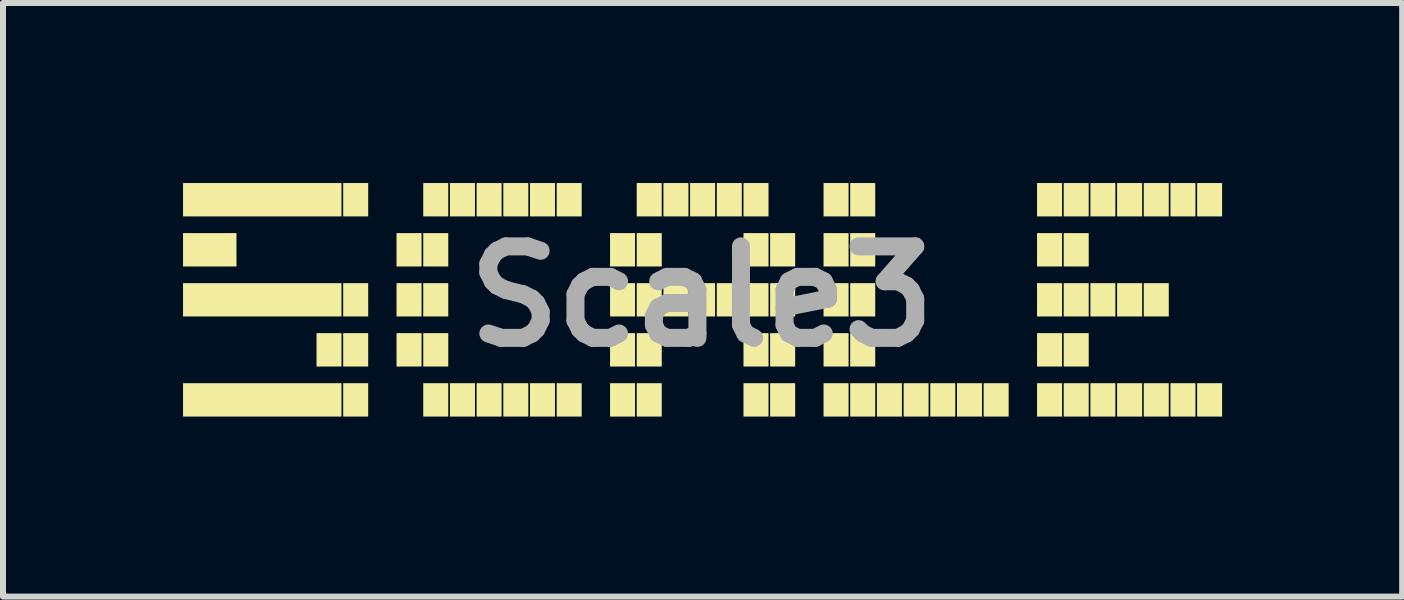
<source format=kicad_pcb>
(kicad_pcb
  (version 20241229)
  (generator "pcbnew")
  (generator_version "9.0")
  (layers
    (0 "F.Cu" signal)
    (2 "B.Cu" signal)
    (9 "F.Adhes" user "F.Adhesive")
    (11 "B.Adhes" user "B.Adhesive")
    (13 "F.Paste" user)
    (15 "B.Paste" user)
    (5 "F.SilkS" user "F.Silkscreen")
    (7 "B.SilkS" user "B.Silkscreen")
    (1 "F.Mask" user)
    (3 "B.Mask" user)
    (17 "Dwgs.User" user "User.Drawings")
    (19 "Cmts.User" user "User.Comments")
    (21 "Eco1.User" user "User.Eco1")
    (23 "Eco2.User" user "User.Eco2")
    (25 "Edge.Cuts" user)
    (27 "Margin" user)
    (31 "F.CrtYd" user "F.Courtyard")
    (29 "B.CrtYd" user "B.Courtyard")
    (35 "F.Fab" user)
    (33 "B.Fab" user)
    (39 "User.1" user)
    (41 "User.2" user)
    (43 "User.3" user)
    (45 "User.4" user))
  (footprint "Scale3"
    (layer "F.Cu")
    (at 8.643 1.89)
    (property "Reference" "Scale3" (at 0 0 0) (layer "F.Fab") (effects (font (size 1.524 1.524) (thickness 0.3))))
    (attr board_only exclude_from_pos_files exclude_from_bom)
    (fp_poly (pts (xy -7.753 -0.5) (xy -8.643 -0.5) (xy -8.643 -1.056) (xy -7.753 -1.056)) (stroke (width 0) (type solid)) (fill yes) (layer "F.SilkS"))
    (fp_poly (pts (xy -6.003 -1.334) (xy -8.643 -1.334) (xy -8.643 -1.89) (xy -6.003 -1.89)) (stroke (width 0) (type solid)) (fill yes) (layer "F.SilkS"))
    (fp_poly (pts (xy -6.003 0.333) (xy -8.643 0.333) (xy -8.643 -0.222) (xy -6.003 -0.222)) (stroke (width 0) (type solid)) (fill yes) (layer "F.SilkS"))
    (fp_poly (pts (xy -6.003 1.167) (xy -6.419 1.167) (xy -6.419 0.611) (xy -6.003 0.611)) (stroke (width 0) (type solid)) (fill yes) (layer "F.SilkS"))
    (fp_poly (pts (xy -6.003 2.001) (xy -8.643 2.001) (xy -8.643 1.445) (xy -6.003 1.445)) (stroke (width 0) (type solid)) (fill yes) (layer "F.SilkS"))
    (fp_poly (pts (xy -5.558 -1.334) (xy -5.975 -1.334) (xy -5.975 -1.89) (xy -5.558 -1.89)) (stroke (width 0) (type solid)) (fill yes) (layer "F.SilkS"))
    (fp_poly (pts (xy -5.558 0.333) (xy -5.975 0.333) (xy -5.975 -0.222) (xy -5.558 -0.222)) (stroke (width 0) (type solid)) (fill yes) (layer "F.SilkS"))
    (fp_poly (pts (xy -5.558 1.167) (xy -5.975 1.167) (xy -5.975 0.611) (xy -5.558 0.611)) (stroke (width 0) (type solid)) (fill yes) (layer "F.SilkS"))
    (fp_poly (pts (xy -5.558 2.001) (xy -5.975 2.001) (xy -5.975 1.445) (xy -5.558 1.445)) (stroke (width 0) (type solid)) (fill yes) (layer "F.SilkS"))
    (fp_poly (pts (xy -4.669 -0.5) (xy -5.086 -0.5) (xy -5.086 -1.056) (xy -4.669 -1.056)) (stroke (width 0) (type solid)) (fill yes) (layer "F.SilkS"))
    (fp_poly (pts (xy -4.669 0.333) (xy -5.086 0.333) (xy -5.086 -0.222) (xy -4.669 -0.222)) (stroke (width 0) (type solid)) (fill yes) (layer "F.SilkS"))
    (fp_poly (pts (xy -4.669 1.167) (xy -5.086 1.167) (xy -5.086 0.611) (xy -4.669 0.611)) (stroke (width 0) (type solid)) (fill yes) (layer "F.SilkS"))
    (fp_poly (pts (xy -4.224 -1.334) (xy -4.641 -1.334) (xy -4.641 -1.89) (xy -4.224 -1.89)) (stroke (width 0) (type solid)) (fill yes) (layer "F.SilkS"))
    (fp_poly (pts (xy -4.224 -0.5) (xy -4.641 -0.5) (xy -4.641 -1.056) (xy -4.224 -1.056)) (stroke (width 0) (type solid)) (fill yes) (layer "F.SilkS"))
    (fp_poly (pts (xy -4.224 0.333) (xy -4.641 0.333) (xy -4.641 -0.222) (xy -4.224 -0.222)) (stroke (width 0) (type solid)) (fill yes) (layer "F.SilkS"))
    (fp_poly (pts (xy -4.224 1.167) (xy -4.641 1.167) (xy -4.641 0.611) (xy -4.224 0.611)) (stroke (width 0) (type solid)) (fill yes) (layer "F.SilkS"))
    (fp_poly (pts (xy -4.224 2.001) (xy -4.641 2.001) (xy -4.641 1.445) (xy -4.224 1.445)) (stroke (width 0) (type solid)) (fill yes) (layer "F.SilkS"))
    (fp_poly (pts (xy -3.779 -1.334) (xy -4.196 -1.334) (xy -4.196 -1.89) (xy -3.779 -1.89)) (stroke (width 0) (type solid)) (fill yes) (layer "F.SilkS"))
    (fp_poly (pts (xy -3.779 2.001) (xy -4.196 2.001) (xy -4.196 1.445) (xy -3.779 1.445)) (stroke (width 0) (type solid)) (fill yes) (layer "F.SilkS"))
    (fp_poly (pts (xy -3.335 -1.334) (xy -3.752 -1.334) (xy -3.752 -1.89) (xy -3.335 -1.89)) (stroke (width 0) (type solid)) (fill yes) (layer "F.SilkS"))
    (fp_poly (pts (xy -3.335 2.001) (xy -3.752 2.001) (xy -3.752 1.445) (xy -3.335 1.445)) (stroke (width 0) (type solid)) (fill yes) (layer "F.SilkS"))
    (fp_poly (pts (xy -2.89 -1.334) (xy -3.307 -1.334) (xy -3.307 -1.89) (xy -2.89 -1.89)) (stroke (width 0) (type solid)) (fill yes) (layer "F.SilkS"))
    (fp_poly (pts (xy -2.89 2.001) (xy -3.307 2.001) (xy -3.307 1.445) (xy -2.89 1.445)) (stroke (width 0) (type solid)) (fill yes) (layer "F.SilkS"))
    (fp_poly (pts (xy -2.446 -1.334) (xy -2.862 -1.334) (xy -2.862 -1.89) (xy -2.446 -1.89)) (stroke (width 0) (type solid)) (fill yes) (layer "F.SilkS"))
    (fp_poly (pts (xy -2.446 2.001) (xy -2.862 2.001) (xy -2.862 1.445) (xy -2.446 1.445)) (stroke (width 0) (type solid)) (fill yes) (layer "F.SilkS"))
    (fp_poly (pts (xy -2.001 -1.334) (xy -2.418 -1.334) (xy -2.418 -1.89) (xy -2.001 -1.89)) (stroke (width 0) (type solid)) (fill yes) (layer "F.SilkS"))
    (fp_poly (pts (xy -2.001 2.001) (xy -2.418 2.001) (xy -2.418 1.445) (xy -2.001 1.445)) (stroke (width 0) (type solid)) (fill yes) (layer "F.SilkS"))
    (fp_poly (pts (xy -1.112 -0.5) (xy -1.528 -0.5) (xy -1.528 -1.056) (xy -1.112 -1.056)) (stroke (width 0) (type solid)) (fill yes) (layer "F.SilkS"))
    (fp_poly (pts (xy -1.112 0.333) (xy -1.528 0.333) (xy -1.528 -0.222) (xy -1.112 -0.222)) (stroke (width 0) (type solid)) (fill yes) (layer "F.SilkS"))
    (fp_poly (pts (xy -1.112 1.167) (xy -1.528 1.167) (xy -1.528 0.611) (xy -1.112 0.611)) (stroke (width 0) (type solid)) (fill yes) (layer "F.SilkS"))
    (fp_poly (pts (xy -1.112 2.001) (xy -1.528 2.001) (xy -1.528 1.445) (xy -1.112 1.445)) (stroke (width 0) (type solid)) (fill yes) (layer "F.SilkS"))
    (fp_poly (pts (xy -0.667 -1.334) (xy -1.084 -1.334) (xy -1.084 -1.89) (xy -0.667 -1.89)) (stroke (width 0) (type solid)) (fill yes) (layer "F.SilkS"))
    (fp_poly (pts (xy -0.667 -0.5) (xy -1.084 -0.5) (xy -1.084 -1.056) (xy -0.667 -1.056)) (stroke (width 0) (type solid)) (fill yes) (layer "F.SilkS"))
    (fp_poly (pts (xy -0.667 0.333) (xy -1.084 0.333) (xy -1.084 -0.222) (xy -0.667 -0.222)) (stroke (width 0) (type solid)) (fill yes) (layer "F.SilkS"))
    (fp_poly (pts (xy -0.667 1.167) (xy -1.084 1.167) (xy -1.084 0.611) (xy -0.667 0.611)) (stroke (width 0) (type solid)) (fill yes) (layer "F.SilkS"))
    (fp_poly (pts (xy -0.667 2.001) (xy -1.084 2.001) (xy -1.084 1.445) (xy -0.667 1.445)) (stroke (width 0) (type solid)) (fill yes) (layer "F.SilkS"))
    (fp_poly (pts (xy -0.222 -1.334) (xy -0.639 -1.334) (xy -0.639 -1.89) (xy -0.222 -1.89)) (stroke (width 0) (type solid)) (fill yes) (layer "F.SilkS"))
    (fp_poly (pts (xy -0.222 0.333) (xy -0.639 0.333) (xy -0.639 -0.222) (xy -0.222 -0.222)) (stroke (width 0) (type solid)) (fill yes) (layer "F.SilkS"))
    (fp_poly (pts (xy 0.222 -1.334) (xy -0.195 -1.334) (xy -0.195 -1.89) (xy 0.222 -1.89)) (stroke (width 0) (type solid)) (fill yes) (layer "F.SilkS"))
    (fp_poly (pts (xy 0.222 0.333) (xy -0.195 0.333) (xy -0.195 -0.222) (xy 0.222 -0.222)) (stroke (width 0) (type solid)) (fill yes) (layer "F.SilkS"))
    (fp_poly (pts (xy 0.667 -1.334) (xy 0.25 -1.334) (xy 0.25 -1.89) (xy 0.667 -1.89)) (stroke (width 0) (type solid)) (fill yes) (layer "F.SilkS"))
    (fp_poly (pts (xy 0.667 0.333) (xy 0.25 0.333) (xy 0.25 -0.222) (xy 0.667 -0.222)) (stroke (width 0) (type solid)) (fill yes) (layer "F.SilkS"))
    (fp_poly (pts (xy 1.112 -1.334) (xy 0.695 -1.334) (xy 0.695 -1.89) (xy 1.112 -1.89)) (stroke (width 0) (type solid)) (fill yes) (layer "F.SilkS"))
    (fp_poly (pts (xy 1.112 -0.5) (xy 0.695 -0.5) (xy 0.695 -1.056) (xy 1.112 -1.056)) (stroke (width 0) (type solid)) (fill yes) (layer "F.SilkS"))
    (fp_poly (pts (xy 1.112 0.333) (xy 0.695 0.333) (xy 0.695 -0.222) (xy 1.112 -0.222)) (stroke (width 0) (type solid)) (fill yes) (layer "F.SilkS"))
    (fp_poly (pts (xy 1.112 1.167) (xy 0.695 1.167) (xy 0.695 0.611) (xy 1.112 0.611)) (stroke (width 0) (type solid)) (fill yes) (layer "F.SilkS"))
    (fp_poly (pts (xy 1.112 2.001) (xy 0.695 2.001) (xy 0.695 1.445) (xy 1.112 1.445)) (stroke (width 0) (type solid)) (fill yes) (layer "F.SilkS"))
    (fp_poly (pts (xy 1.556 -0.5) (xy 1.139 -0.5) (xy 1.139 -1.056) (xy 1.556 -1.056)) (stroke (width 0) (type solid)) (fill yes) (layer "F.SilkS"))
    (fp_poly (pts (xy 1.556 0.333) (xy 1.139 0.333) (xy 1.139 -0.222) (xy 1.556 -0.222)) (stroke (width 0) (type solid)) (fill yes) (layer "F.SilkS"))
    (fp_poly (pts (xy 1.556 1.167) (xy 1.139 1.167) (xy 1.139 0.611) (xy 1.556 0.611)) (stroke (width 0) (type solid)) (fill yes) (layer "F.SilkS"))
    (fp_poly (pts (xy 1.556 2.001) (xy 1.139 2.001) (xy 1.139 1.445) (xy 1.556 1.445)) (stroke (width 0) (type solid)) (fill yes) (layer "F.SilkS"))
    (fp_poly (pts (xy 2.446 -1.334) (xy 2.029 -1.334) (xy 2.029 -1.89) (xy 2.446 -1.89)) (stroke (width 0) (type solid)) (fill yes) (layer "F.SilkS"))
    (fp_poly (pts (xy 2.446 -0.5) (xy 2.029 -0.5) (xy 2.029 -1.056) (xy 2.446 -1.056)) (stroke (width 0) (type solid)) (fill yes) (layer "F.SilkS"))
    (fp_poly (pts (xy 2.446 0.333) (xy 2.029 0.333) (xy 2.029 -0.222) (xy 2.446 -0.222)) (stroke (width 0) (type solid)) (fill yes) (layer "F.SilkS"))
    (fp_poly (pts (xy 2.446 1.167) (xy 2.029 1.167) (xy 2.029 0.611) (xy 2.446 0.611)) (stroke (width 0) (type solid)) (fill yes) (layer "F.SilkS"))
    (fp_poly (pts (xy 2.446 2.001) (xy 2.029 2.001) (xy 2.029 1.445) (xy 2.446 1.445)) (stroke (width 0) (type solid)) (fill yes) (layer "F.SilkS"))
    (fp_poly (pts (xy 2.89 -1.334) (xy 2.473 -1.334) (xy 2.473 -1.89) (xy 2.89 -1.89)) (stroke (width 0) (type solid)) (fill yes) (layer "F.SilkS"))
    (fp_poly (pts (xy 2.89 -0.5) (xy 2.473 -0.5) (xy 2.473 -1.056) (xy 2.89 -1.056)) (stroke (width 0) (type solid)) (fill yes) (layer "F.SilkS"))
    (fp_poly (pts (xy 2.89 0.333) (xy 2.473 0.333) (xy 2.473 -0.222) (xy 2.89 -0.222)) (stroke (width 0) (type solid)) (fill yes) (layer "F.SilkS"))
    (fp_poly (pts (xy 2.89 1.167) (xy 2.473 1.167) (xy 2.473 0.611) (xy 2.89 0.611)) (stroke (width 0) (type solid)) (fill yes) (layer "F.SilkS"))
    (fp_poly (pts (xy 2.89 2.001) (xy 2.473 2.001) (xy 2.473 1.445) (xy 2.89 1.445)) (stroke (width 0) (type solid)) (fill yes) (layer "F.SilkS"))
    (fp_poly (pts (xy 3.335 2.001) (xy 2.918 2.001) (xy 2.918 1.445) (xy 3.335 1.445)) (stroke (width 0) (type solid)) (fill yes) (layer "F.SilkS"))
    (fp_poly (pts (xy 3.779 2.001) (xy 3.363 2.001) (xy 3.363 1.445) (xy 3.779 1.445)) (stroke (width 0) (type solid)) (fill yes) (layer "F.SilkS"))
    (fp_poly (pts (xy 4.224 2.001) (xy 3.807 2.001) (xy 3.807 1.445) (xy 4.224 1.445)) (stroke (width 0) (type solid)) (fill yes) (layer "F.SilkS"))
    (fp_poly (pts (xy 4.669 2.001) (xy 4.252 2.001) (xy 4.252 1.445) (xy 4.669 1.445)) (stroke (width 0) (type solid)) (fill yes) (layer "F.SilkS"))
    (fp_poly (pts (xy 5.113 2.001) (xy 4.696 2.001) (xy 4.696 1.445) (xy 5.113 1.445)) (stroke (width 0) (type solid)) (fill yes) (layer "F.SilkS"))
    (fp_poly (pts (xy 6.003 -1.334) (xy 5.586 -1.334) (xy 5.586 -1.89) (xy 6.003 -1.89)) (stroke (width 0) (type solid)) (fill yes) (layer "F.SilkS"))
    (fp_poly (pts (xy 6.003 -0.5) (xy 5.586 -0.5) (xy 5.586 -1.056) (xy 6.003 -1.056)) (stroke (width 0) (type solid)) (fill yes) (layer "F.SilkS"))
    (fp_poly (pts (xy 6.003 0.333) (xy 5.586 0.333) (xy 5.586 -0.222) (xy 6.003 -0.222)) (stroke (width 0) (type solid)) (fill yes) (layer "F.SilkS"))
    (fp_poly (pts (xy 6.003 1.167) (xy 5.586 1.167) (xy 5.586 0.611) (xy 6.003 0.611)) (stroke (width 0) (type solid)) (fill yes) (layer "F.SilkS"))
    (fp_poly (pts (xy 6.003 2.001) (xy 5.586 2.001) (xy 5.586 1.445) (xy 6.003 1.445)) (stroke (width 0) (type solid)) (fill yes) (layer "F.SilkS"))
    (fp_poly (pts (xy 6.447 -1.334) (xy 6.03 -1.334) (xy 6.03 -1.89) (xy 6.447 -1.89)) (stroke (width 0) (type solid)) (fill yes) (layer "F.SilkS"))
    (fp_poly (pts (xy 6.447 -0.5) (xy 6.03 -0.5) (xy 6.03 -1.056) (xy 6.447 -1.056)) (stroke (width 0) (type solid)) (fill yes) (layer "F.SilkS"))
    (fp_poly (pts (xy 6.447 0.333) (xy 6.03 0.333) (xy 6.03 -0.222) (xy 6.447 -0.222)) (stroke (width 0) (type solid)) (fill yes) (layer "F.SilkS"))
    (fp_poly (pts (xy 6.447 1.167) (xy 6.03 1.167) (xy 6.03 0.611) (xy 6.447 0.611)) (stroke (width 0) (type solid)) (fill yes) (layer "F.SilkS"))
    (fp_poly (pts (xy 6.447 2.001) (xy 6.03 2.001) (xy 6.03 1.445) (xy 6.447 1.445)) (stroke (width 0) (type solid)) (fill yes) (layer "F.SilkS"))
    (fp_poly (pts (xy 6.892 -1.334) (xy 6.475 -1.334) (xy 6.475 -1.89) (xy 6.892 -1.89)) (stroke (width 0) (type solid)) (fill yes) (layer "F.SilkS"))
    (fp_poly (pts (xy 6.892 0.333) (xy 6.475 0.333) (xy 6.475 -0.222) (xy 6.892 -0.222)) (stroke (width 0) (type solid)) (fill yes) (layer "F.SilkS"))
    (fp_poly (pts (xy 6.892 2.001) (xy 6.475 2.001) (xy 6.475 1.445) (xy 6.892 1.445)) (stroke (width 0) (type solid)) (fill yes) (layer "F.SilkS"))
    (fp_poly (pts (xy 7.337 -1.334) (xy 6.92 -1.334) (xy 6.92 -1.89) (xy 7.337 -1.89)) (stroke (width 0) (type solid)) (fill yes) (layer "F.SilkS"))
    (fp_poly (pts (xy 7.337 0.333) (xy 6.92 0.333) (xy 6.92 -0.222) (xy 7.337 -0.222)) (stroke (width 0) (type solid)) (fill yes) (layer "F.SilkS"))
    (fp_poly (pts (xy 7.337 2.001) (xy 6.92 2.001) (xy 6.92 1.445) (xy 7.337 1.445)) (stroke (width 0) (type solid)) (fill yes) (layer "F.SilkS"))
    (fp_poly (pts (xy 7.781 -1.334) (xy 7.364 -1.334) (xy 7.364 -1.89) (xy 7.781 -1.89)) (stroke (width 0) (type solid)) (fill yes) (layer "F.SilkS"))
    (fp_poly (pts (xy 7.781 0.333) (xy 7.364 0.333) (xy 7.364 -0.222) (xy 7.781 -0.222)) (stroke (width 0) (type solid)) (fill yes) (layer "F.SilkS"))
    (fp_poly (pts (xy 7.781 2.001) (xy 7.364 2.001) (xy 7.364 1.445) (xy 7.781 1.445)) (stroke (width 0) (type solid)) (fill yes) (layer "F.SilkS"))
    (fp_poly (pts (xy 8.226 -1.334) (xy 7.809 -1.334) (xy 7.809 -1.89) (xy 8.226 -1.89)) (stroke (width 0) (type solid)) (fill yes) (layer "F.SilkS"))
    (fp_poly (pts (xy 8.226 2.001) (xy 7.809 2.001) (xy 7.809 1.445) (xy 8.226 1.445)) (stroke (width 0) (type solid)) (fill yes) (layer "F.SilkS"))
    (fp_poly (pts (xy 8.67 -1.334) (xy 8.254 -1.334) (xy 8.254 -1.89) (xy 8.67 -1.89)) (stroke (width 0) (type solid)) (fill yes) (layer "F.SilkS"))
    (fp_poly (pts (xy 8.67 2.001) (xy 8.254 2.001) (xy 8.254 1.445) (xy 8.67 1.445)) (stroke (width 0) (type solid)) (fill yes) (layer "F.SilkS")))
  (gr_rect
    (start -3 -3)
    (end 20.313 6.891)
    (stroke (width 0.1) (type default))
    (fill no)
    (layer "Edge.Cuts")))
</source>
